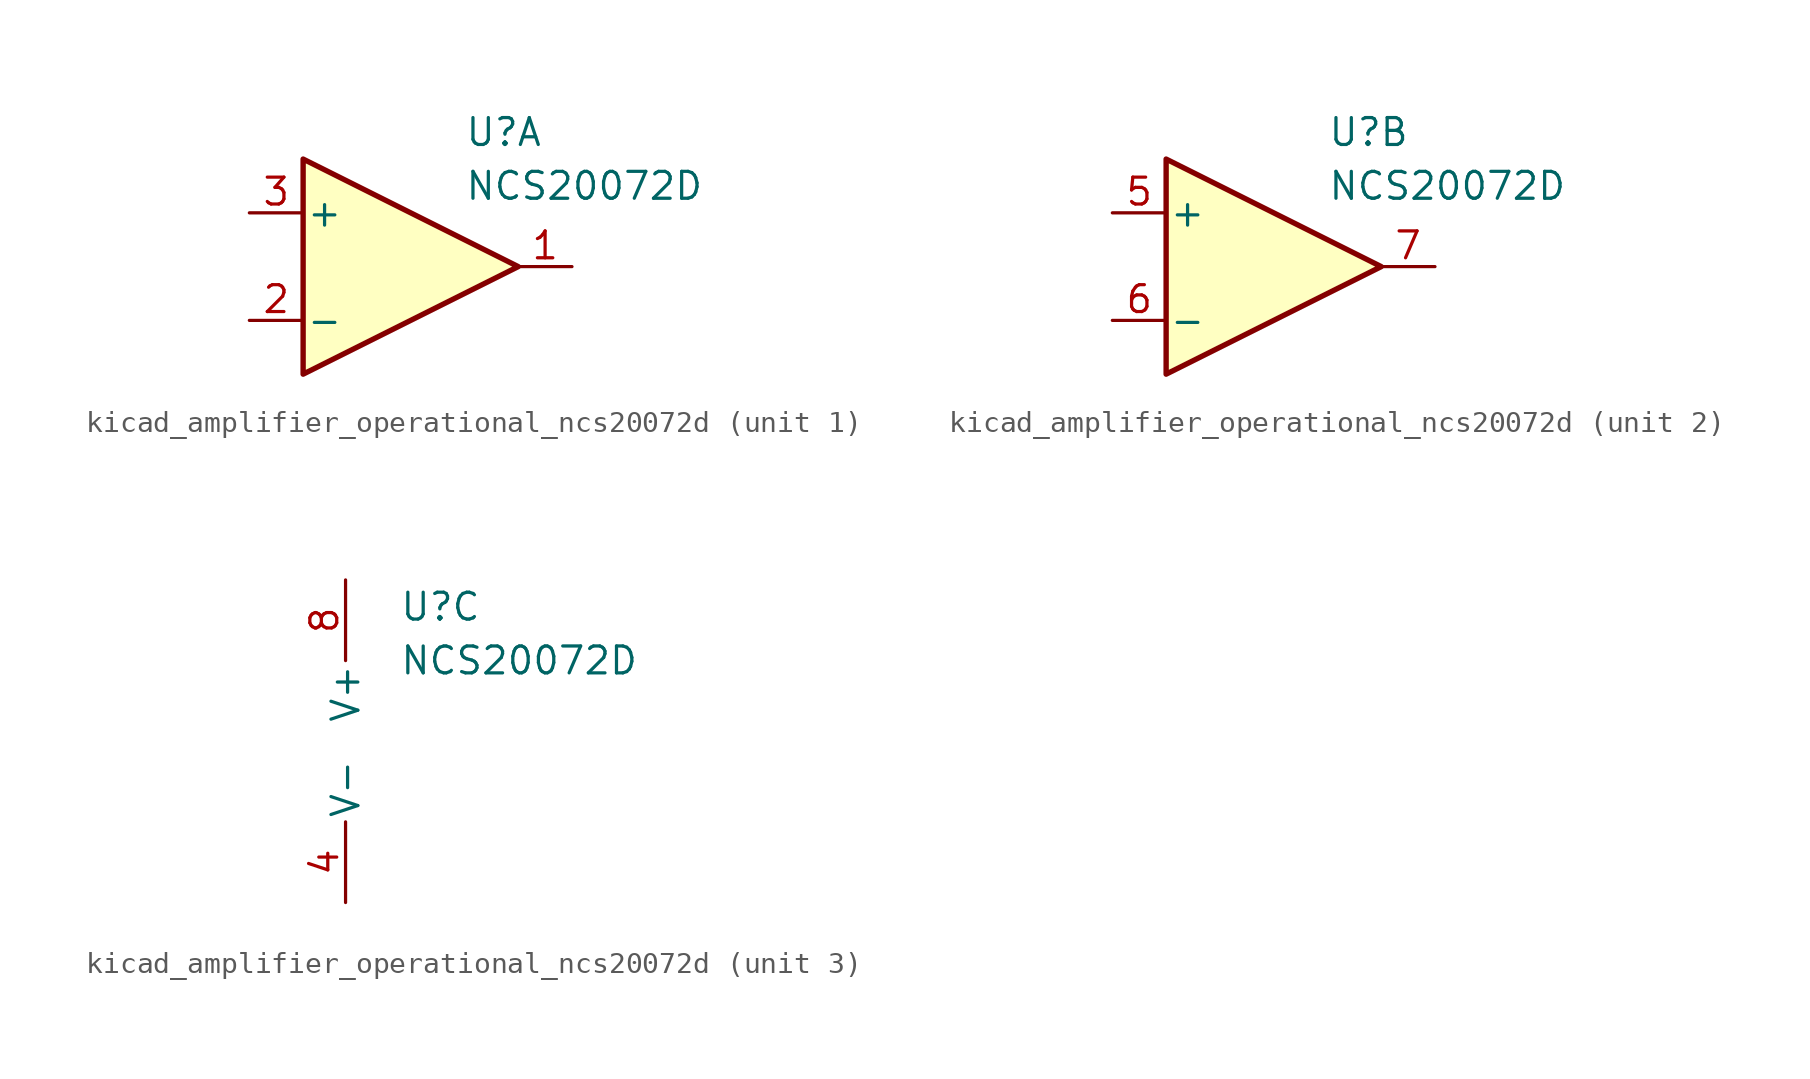
<source format=kicad_sym>
(kicad_symbol_lib
  (version 20220914)
  (generator kicad_symbol_editor)
  (symbol "kicad_amplifier_operational_ncs20072d"
    (pin_names
      (offset 0.127))
    (property "Reference" "U"
      (at 2.54 6.35 0)
      (effects (font (size 1.27 1.27)) (justify left)))
    (property "Value" "NCS20072D"
      (at 2.54 3.81 0)
      (effects (font (size 1.27 1.27)) (justify left)))
    (property "ki_locked" ""
      (at 0 0 0)
      (effects (font (size 1.27 1.27))))
    (symbol "kicad_amplifier_operational_ncs20072d_1_1"
      (polyline (pts (xy 5.08 0) (xy -5.08 5.08) (xy -5.08 -5.08) (xy 5.08 0)) (stroke (width 0.254) (type default)) (fill (type background)))
      (pin output line (at 7.62 0 180) (length 2.54) (name "~" (effects (font (size 1.27 1.27)))) (number "1" (effects (font (size 1.27 1.27)))))
      (pin input line (at -7.62 -2.54 0) (length 2.54) (name "-" (effects (font (size 1.27 1.27)))) (number "2" (effects (font (size 1.27 1.27)))))
      (pin input line (at -7.62 2.54 0) (length 2.54) (name "+" (effects (font (size 1.27 1.27)))) (number "3" (effects (font (size 1.27 1.27))))))
    (symbol "kicad_amplifier_operational_ncs20072d_2_1"
      (polyline (pts (xy 5.08 0) (xy -5.08 5.08) (xy -5.08 -5.08) (xy 5.08 0)) (stroke (width 0.254) (type default)) (fill (type background)))
      (pin input line (at -7.62 2.54 0) (length 2.54) (name "+" (effects (font (size 1.27 1.27)))) (number "5" (effects (font (size 1.27 1.27)))))
      (pin input line (at -7.62 -2.54 0) (length 2.54) (name "-" (effects (font (size 1.27 1.27)))) (number "6" (effects (font (size 1.27 1.27)))))
      (pin output line (at 7.62 0 180) (length 2.54) (name "~" (effects (font (size 1.27 1.27)))) (number "7" (effects (font (size 1.27 1.27))))))
    (symbol "kicad_amplifier_operational_ncs20072d_3_1"
      (pin power_in line (at 0 -7.62 90) (length 3.81) (name "V-" (effects (font (size 1.27 1.27)))) (number "4" (effects (font (size 1.27 1.27)))))
      (pin power_in line (at 0 7.62 270) (length 3.81) (name "V+" (effects (font (size 1.27 1.27)))) (number "8" (effects (font (size 1.27 1.27))))))))
</source>
